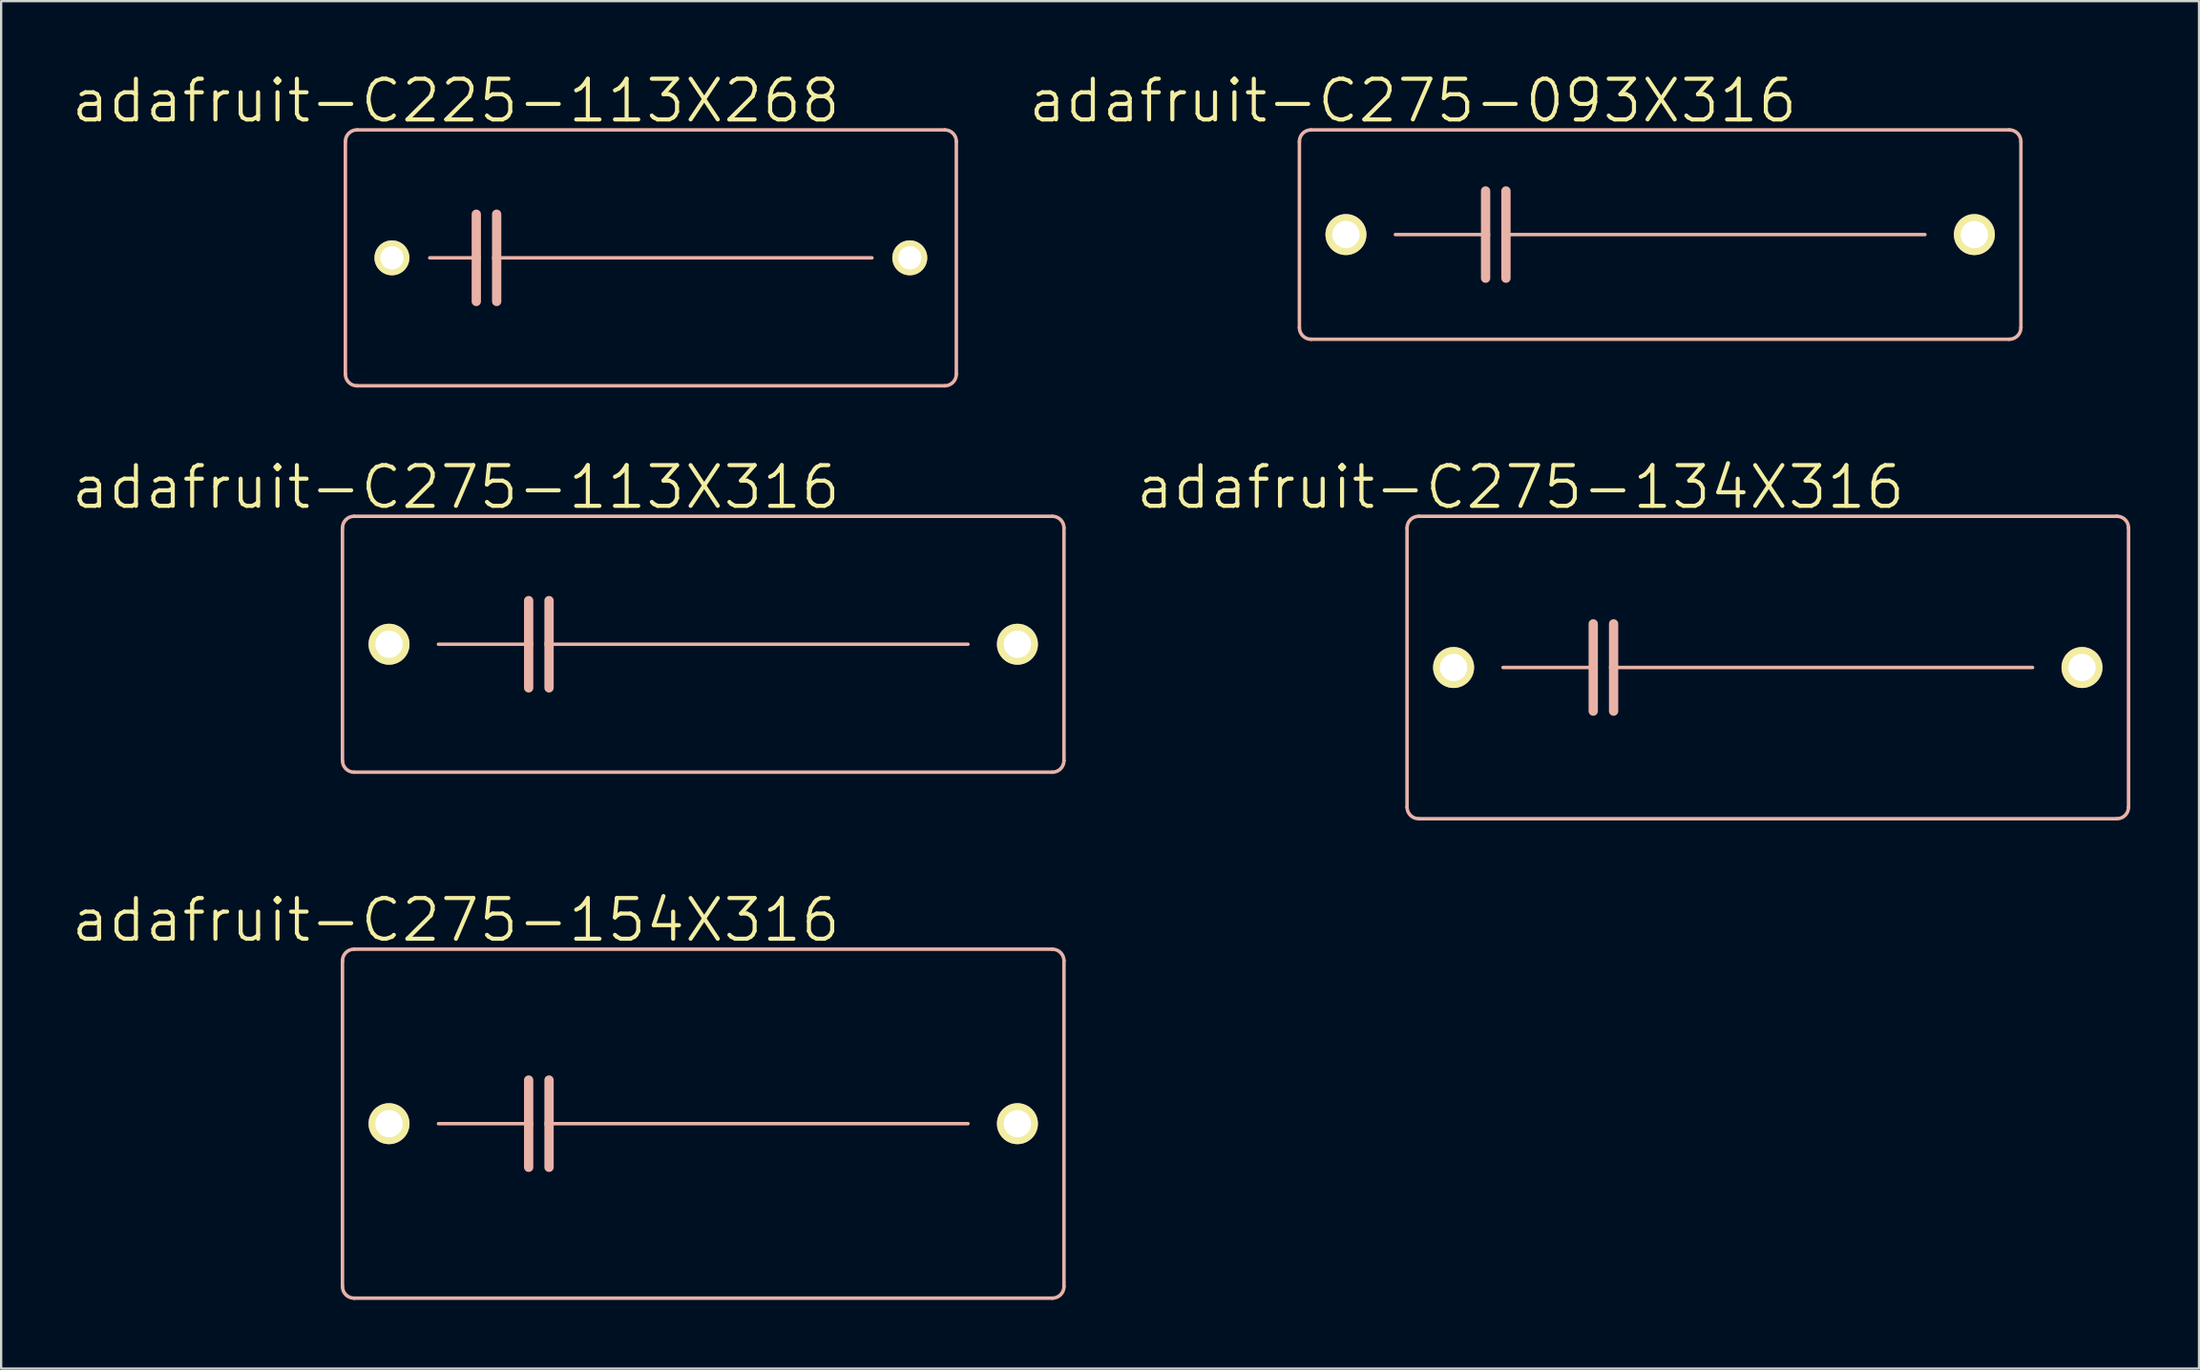
<source format=kicad_pcb>
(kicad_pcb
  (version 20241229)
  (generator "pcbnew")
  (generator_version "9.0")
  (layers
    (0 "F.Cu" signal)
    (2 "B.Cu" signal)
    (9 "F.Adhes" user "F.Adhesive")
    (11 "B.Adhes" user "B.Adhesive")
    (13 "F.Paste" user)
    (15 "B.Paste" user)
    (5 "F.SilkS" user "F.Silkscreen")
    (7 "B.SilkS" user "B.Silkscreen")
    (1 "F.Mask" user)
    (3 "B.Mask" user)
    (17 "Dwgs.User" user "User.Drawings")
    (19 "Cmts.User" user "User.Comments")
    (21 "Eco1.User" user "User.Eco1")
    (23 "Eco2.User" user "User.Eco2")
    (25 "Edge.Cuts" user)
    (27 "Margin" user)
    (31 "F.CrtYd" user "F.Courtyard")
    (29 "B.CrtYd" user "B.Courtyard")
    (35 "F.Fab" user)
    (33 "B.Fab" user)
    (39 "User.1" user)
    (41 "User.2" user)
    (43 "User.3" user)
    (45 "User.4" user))
  (footprint "adafruit-C275-113X316"
    (layer "F.Cu")
    (at 27.648 25.085)
    (property "Reference" "adafruit-C275-113X316" (at -10.795 -6.858 0) (layer "F.SilkS") (effects (font (size 1.778 1.778) (thickness 0.178))))
    (attr exclude_from_pos_files exclude_from_bom)
    (fp_line (start -15.748 5.08) (end -15.748 -5.08) (stroke (width 0.152) (type solid)) (layer "B.SilkS"))
    (fp_line (start -15.24 -5.588) (end 15.24 -5.588) (stroke (width 0.152) (type solid)) (layer "B.SilkS"))
    (fp_line (start -11.557 0) (end -7.62 0) (stroke (width 0.152) (type solid)) (layer "B.SilkS"))
    (fp_line (start -7.62 -1.905) (end -7.62 0) (stroke (width 0.406) (type solid)) (layer "B.SilkS"))
    (fp_line (start -7.62 0) (end -7.62 1.905) (stroke (width 0.406) (type solid)) (layer "B.SilkS"))
    (fp_line (start -6.731 -1.905) (end -6.731 0) (stroke (width 0.406) (type solid)) (layer "B.SilkS"))
    (fp_line (start -6.731 0) (end -6.731 1.905) (stroke (width 0.406) (type solid)) (layer "B.SilkS"))
    (fp_line (start -6.731 0) (end 11.557 0) (stroke (width 0.152) (type solid)) (layer "B.SilkS"))
    (fp_line (start 15.24 5.588) (end -15.24 5.588) (stroke (width 0.152) (type solid)) (layer "B.SilkS"))
    (fp_line (start 15.748 -5.08) (end 15.748 5.08) (stroke (width 0.152) (type solid)) (layer "B.SilkS"))
    (fp_arc (start -15.748 -5.08) (mid -15.59921 -5.43921) (end -15.24 -5.588) (stroke (width 0.1524) (type solid)) (layer "B.SilkS"))
    (fp_arc (start -15.24 5.588) (mid -15.59921 5.43921) (end -15.748 5.08) (stroke (width 0.1524) (type solid)) (layer "B.SilkS"))
    (fp_arc (start 15.24 -5.588) (mid 15.59921 -5.43921) (end 15.748 -5.08) (stroke (width 0.1524) (type solid)) (layer "B.SilkS"))
    (fp_arc (start 15.748 5.08) (mid 15.59921 5.43921) (end 15.24 5.588) (stroke (width 0.1524) (type solid)) (layer "B.SilkS"))
    (pad "1" thru_hole circle (at -13.716 0) (size 1.788 1.788) (drill 1.194) (layers "*.Cu" "F.Mask" "F.SilkS" "F.Paste"))
    (pad "2" thru_hole circle (at 13.716 0) (size 1.788 1.788) (drill 1.194) (layers "*.Cu" "F.Mask" "F.SilkS" "F.Paste")))
  (footprint "adafruit-C275-134X316"
    (layer "F.Cu")
    (at 74.12 26.101)
    (property "Reference" "adafruit-C275-134X316" (at -10.795 -7.874 0) (layer "F.SilkS") (effects (font (size 1.778 1.778) (thickness 0.178))))
    (attr exclude_from_pos_files exclude_from_bom)
    (fp_line (start -15.748 6.096) (end -15.748 -6.096) (stroke (width 0.152) (type solid)) (layer "B.SilkS"))
    (fp_line (start -15.24 -6.604) (end 15.24 -6.604) (stroke (width 0.152) (type solid)) (layer "B.SilkS"))
    (fp_line (start -11.557 0) (end -7.62 0) (stroke (width 0.152) (type solid)) (layer "B.SilkS"))
    (fp_line (start -7.62 -1.905) (end -7.62 0) (stroke (width 0.406) (type solid)) (layer "B.SilkS"))
    (fp_line (start -7.62 0) (end -7.62 1.905) (stroke (width 0.406) (type solid)) (layer "B.SilkS"))
    (fp_line (start -6.731 -1.905) (end -6.731 0) (stroke (width 0.406) (type solid)) (layer "B.SilkS"))
    (fp_line (start -6.731 0) (end -6.731 1.905) (stroke (width 0.406) (type solid)) (layer "B.SilkS"))
    (fp_line (start -6.731 0) (end 11.557 0) (stroke (width 0.152) (type solid)) (layer "B.SilkS"))
    (fp_line (start 15.24 6.604) (end -15.24 6.604) (stroke (width 0.152) (type solid)) (layer "B.SilkS"))
    (fp_line (start 15.748 -6.096) (end 15.748 6.096) (stroke (width 0.152) (type solid)) (layer "B.SilkS"))
    (fp_arc (start -15.748 -6.096) (mid -15.59921 -6.45521) (end -15.24 -6.604) (stroke (width 0.1524) (type solid)) (layer "B.SilkS"))
    (fp_arc (start -15.24 6.604) (mid -15.59921 6.45521) (end -15.748 6.096) (stroke (width 0.1524) (type solid)) (layer "B.SilkS"))
    (fp_arc (start 15.24 -6.604) (mid 15.59921 -6.45521) (end 15.748 -6.096) (stroke (width 0.1524) (type solid)) (layer "B.SilkS"))
    (fp_arc (start 15.748 6.096) (mid 15.59921 6.45521) (end 15.24 6.604) (stroke (width 0.1524) (type solid)) (layer "B.SilkS"))
    (pad "1" thru_hole circle (at -13.716 0) (size 1.788 1.788) (drill 1.194) (layers "*.Cu" "F.Mask" "F.SilkS" "F.Paste"))
    (pad "2" thru_hole circle (at 13.716 0) (size 1.788 1.788) (drill 1.194) (layers "*.Cu" "F.Mask" "F.SilkS" "F.Paste")))
  (footprint "adafruit-C275-093X316"
    (layer "F.Cu")
    (at 69.421 7.194)
    (property "Reference" "adafruit-C275-093X316" (at -10.795 -5.842 0) (layer "F.SilkS") (effects (font (size 1.778 1.778) (thickness 0.178))))
    (attr exclude_from_pos_files exclude_from_bom)
    (fp_line (start -15.748 4.064) (end -15.748 -4.064) (stroke (width 0.152) (type solid)) (layer "B.SilkS"))
    (fp_line (start -15.24 -4.572) (end 15.24 -4.572) (stroke (width 0.152) (type solid)) (layer "B.SilkS"))
    (fp_line (start -11.557 0) (end -7.62 0) (stroke (width 0.152) (type solid)) (layer "B.SilkS"))
    (fp_line (start -7.62 -1.905) (end -7.62 0) (stroke (width 0.406) (type solid)) (layer "B.SilkS"))
    (fp_line (start -7.62 0) (end -7.62 1.905) (stroke (width 0.406) (type solid)) (layer "B.SilkS"))
    (fp_line (start -6.731 -1.905) (end -6.731 0) (stroke (width 0.406) (type solid)) (layer "B.SilkS"))
    (fp_line (start -6.731 0) (end -6.731 1.905) (stroke (width 0.406) (type solid)) (layer "B.SilkS"))
    (fp_line (start -6.731 0) (end 11.557 0) (stroke (width 0.152) (type solid)) (layer "B.SilkS"))
    (fp_line (start 15.24 4.572) (end -15.24 4.572) (stroke (width 0.152) (type solid)) (layer "B.SilkS"))
    (fp_line (start 15.748 -4.064) (end 15.748 4.064) (stroke (width 0.152) (type solid)) (layer "B.SilkS"))
    (fp_arc (start -15.748 -4.064) (mid -15.59921 -4.42321) (end -15.24 -4.572) (stroke (width 0.1524) (type solid)) (layer "B.SilkS"))
    (fp_arc (start -15.24 4.572) (mid -15.59921 4.42321) (end -15.748 4.064) (stroke (width 0.1524) (type solid)) (layer "B.SilkS"))
    (fp_arc (start 15.24 -4.572) (mid 15.59921 -4.42321) (end 15.748 -4.064) (stroke (width 0.1524) (type solid)) (layer "B.SilkS"))
    (fp_arc (start 15.748 4.064) (mid 15.59921 4.42321) (end 15.24 4.572) (stroke (width 0.1524) (type solid)) (layer "B.SilkS"))
    (pad "1" thru_hole circle (at -13.716 0) (size 1.788 1.788) (drill 1.194) (layers "*.Cu" "F.Mask" "F.SilkS" "F.Paste"))
    (pad "2" thru_hole circle (at 13.716 0) (size 1.788 1.788) (drill 1.194) (layers "*.Cu" "F.Mask" "F.SilkS" "F.Paste")))
  (footprint "adafruit-C275-154X316"
    (layer "F.Cu")
    (at 27.648 46.023)
    (property "Reference" "adafruit-C275-154X316" (at -10.795 -8.89 0) (layer "F.SilkS") (effects (font (size 1.778 1.778) (thickness 0.178))))
    (attr exclude_from_pos_files exclude_from_bom)
    (fp_line (start -15.748 7.112) (end -15.748 -7.112) (stroke (width 0.152) (type solid)) (layer "B.SilkS"))
    (fp_line (start -15.24 -7.62) (end 15.24 -7.62) (stroke (width 0.152) (type solid)) (layer "B.SilkS"))
    (fp_line (start -11.557 0) (end -7.62 0) (stroke (width 0.152) (type solid)) (layer "B.SilkS"))
    (fp_line (start -7.62 -1.905) (end -7.62 0) (stroke (width 0.406) (type solid)) (layer "B.SilkS"))
    (fp_line (start -7.62 0) (end -7.62 1.905) (stroke (width 0.406) (type solid)) (layer "B.SilkS"))
    (fp_line (start -6.731 -1.905) (end -6.731 0) (stroke (width 0.406) (type solid)) (layer "B.SilkS"))
    (fp_line (start -6.731 0) (end -6.731 1.905) (stroke (width 0.406) (type solid)) (layer "B.SilkS"))
    (fp_line (start -6.731 0) (end 11.557 0) (stroke (width 0.152) (type solid)) (layer "B.SilkS"))
    (fp_line (start 15.24 7.62) (end -15.24 7.62) (stroke (width 0.152) (type solid)) (layer "B.SilkS"))
    (fp_line (start 15.748 -7.112) (end 15.748 7.112) (stroke (width 0.152) (type solid)) (layer "B.SilkS"))
    (fp_arc (start -15.748 -7.112) (mid -15.59921 -7.47121) (end -15.24 -7.62) (stroke (width 0.1524) (type solid)) (layer "B.SilkS"))
    (fp_arc (start -15.24 7.62) (mid -15.59921 7.47121) (end -15.748 7.112) (stroke (width 0.1524) (type solid)) (layer "B.SilkS"))
    (fp_arc (start 15.24 -7.62) (mid 15.59921 -7.47121) (end 15.748 -7.112) (stroke (width 0.1524) (type solid)) (layer "B.SilkS"))
    (fp_arc (start 15.748 7.112) (mid 15.59921 7.47121) (end 15.24 7.62) (stroke (width 0.1524) (type solid)) (layer "B.SilkS"))
    (pad "1" thru_hole circle (at -13.716 0) (size 1.788 1.788) (drill 1.194) (layers "*.Cu" "F.Mask" "F.SilkS" "F.Paste"))
    (pad "2" thru_hole circle (at 13.716 0) (size 1.788 1.788) (drill 1.194) (layers "*.Cu" "F.Mask" "F.SilkS" "F.Paste")))
  (footprint "adafruit-C225-113X268"
    (layer "F.Cu")
    (at 25.362 8.21)
    (property "Reference" "adafruit-C225-113X268" (at -8.509 -6.858 0) (layer "F.SilkS") (effects (font (size 1.778 1.778) (thickness 0.178))))
    (attr exclude_from_pos_files exclude_from_bom)
    (fp_line (start -13.335 5.08) (end -13.335 -5.08) (stroke (width 0.152) (type solid)) (layer "B.SilkS"))
    (fp_line (start -12.827 -5.588) (end 12.827 -5.588) (stroke (width 0.152) (type solid)) (layer "B.SilkS"))
    (fp_line (start -9.652 0) (end -7.62 0) (stroke (width 0.152) (type solid)) (layer "B.SilkS"))
    (fp_line (start -7.62 -1.905) (end -7.62 0) (stroke (width 0.406) (type solid)) (layer "B.SilkS"))
    (fp_line (start -7.62 0) (end -7.62 1.905) (stroke (width 0.406) (type solid)) (layer "B.SilkS"))
    (fp_line (start -6.731 -1.905) (end -6.731 0) (stroke (width 0.406) (type solid)) (layer "B.SilkS"))
    (fp_line (start -6.731 0) (end -6.731 1.905) (stroke (width 0.406) (type solid)) (layer "B.SilkS"))
    (fp_line (start -6.731 0) (end 9.652 0) (stroke (width 0.152) (type solid)) (layer "B.SilkS"))
    (fp_line (start 12.827 5.588) (end -12.827 5.588) (stroke (width 0.152) (type solid)) (layer "B.SilkS"))
    (fp_line (start 13.335 -5.08) (end 13.335 5.08) (stroke (width 0.152) (type solid)) (layer "B.SilkS"))
    (fp_arc (start -13.335 -5.08) (mid -13.18621 -5.43921) (end -12.827 -5.588) (stroke (width 0.1524) (type solid)) (layer "B.SilkS"))
    (fp_arc (start -12.827 5.588) (mid -13.18621 5.43921) (end -13.335 5.08) (stroke (width 0.1524) (type solid)) (layer "B.SilkS"))
    (fp_arc (start 12.827 -5.588) (mid 13.18621 -5.43921) (end 13.335 -5.08) (stroke (width 0.1524) (type solid)) (layer "B.SilkS"))
    (fp_arc (start 13.335 5.08) (mid 13.18621 5.43921) (end 12.827 5.588) (stroke (width 0.1524) (type solid)) (layer "B.SilkS"))
    (pad "1" thru_hole circle (at -11.303 0) (size 1.524 1.524) (drill 1.016) (layers "*.Cu" "F.Mask" "F.SilkS" "F.Paste"))
    (pad "2" thru_hole circle (at 11.303 0) (size 1.524 1.524) (drill 1.016) (layers "*.Cu" "F.Mask" "F.SilkS" "F.Paste")))
  (gr_rect
    (start -3 -3)
    (end 92.944 56.719)
    (stroke (width 0.1) (type default))
    (fill no)
    (layer "Edge.Cuts")))
</source>
